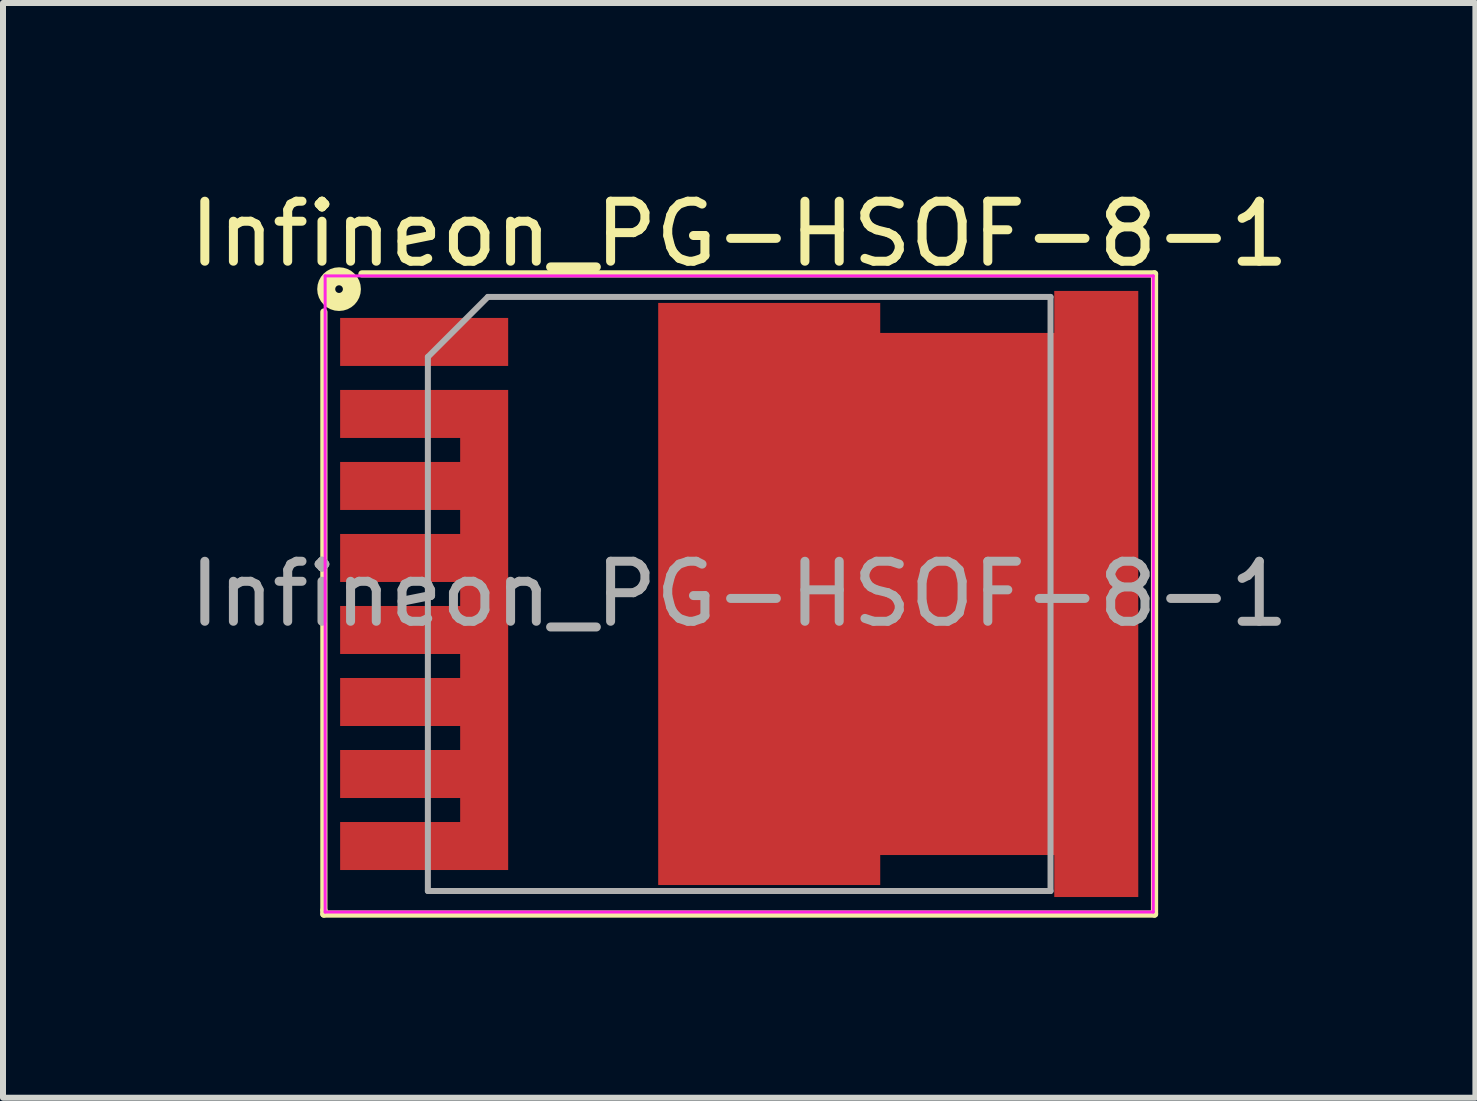
<source format=kicad_pcb>
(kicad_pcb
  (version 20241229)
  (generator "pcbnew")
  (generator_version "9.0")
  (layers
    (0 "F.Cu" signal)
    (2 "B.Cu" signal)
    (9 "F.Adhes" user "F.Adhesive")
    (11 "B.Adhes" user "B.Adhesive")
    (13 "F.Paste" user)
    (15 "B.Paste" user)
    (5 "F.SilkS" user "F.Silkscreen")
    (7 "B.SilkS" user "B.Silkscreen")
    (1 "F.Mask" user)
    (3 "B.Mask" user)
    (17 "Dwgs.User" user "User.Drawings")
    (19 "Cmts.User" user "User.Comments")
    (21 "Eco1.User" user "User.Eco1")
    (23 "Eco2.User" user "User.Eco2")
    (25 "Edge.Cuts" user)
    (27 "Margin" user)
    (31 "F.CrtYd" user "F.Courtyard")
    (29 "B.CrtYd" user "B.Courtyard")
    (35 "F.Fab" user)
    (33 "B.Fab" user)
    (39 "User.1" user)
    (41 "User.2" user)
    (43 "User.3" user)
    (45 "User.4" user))
  (footprint "Infineon_PG-HSOF-8-1"
    (layer "F.Cu")
    (at 9.268 6.848)
    (property "Reference" "Infineon_PG-HSOF-8-1" (at 0 -6 0) (layer "F.SilkS") (effects (font (size 1 1) (thickness 0.15))))
    (attr smd)
    (fp_line (start -6.921 -4.699) (end -6.921 5.271) (stroke (width 0.12) (type solid)) (layer "F.SilkS"))
    (fp_line (start -6.921 5.271) (end -6.921 5.334) (stroke (width 0.12) (type solid)) (layer "F.SilkS"))
    (fp_line (start -6.921 5.334) (end 6.921 5.334) (stroke (width 0.12) (type solid)) (layer "F.SilkS"))
    (fp_line (start 6.921 -5.334) (end -6.287 -5.334) (stroke (width 0.12) (type solid)) (layer "F.SilkS"))
    (fp_line (start 6.921 5.334) (end 6.921 -5.334) (stroke (width 0.12) (type solid)) (layer "F.SilkS"))
    (fp_circle (center -6.668 -5.08) (end -6.604 -5.08) (stroke (width 0.3) (type solid)) (fill no) (layer "F.SilkS"))
    (fp_line (start -6.9 5.3) (end -6.9 -5.3) (stroke (width 0.05) (type solid)) (layer "F.CrtYd"))
    (fp_line (start -6.9 5.3) (end 6.9 5.3) (stroke (width 0.05) (type solid)) (layer "F.CrtYd"))
    (fp_line (start 6.9 -5.3) (end -6.9 -5.3) (stroke (width 0.05) (type solid)) (layer "F.CrtYd"))
    (fp_line (start 6.9 -5.3) (end 6.9 5.3) (stroke (width 0.05) (type solid)) (layer "F.CrtYd"))
    (fp_line (start -5.188 4.95) (end -5.188 -3.95) (stroke (width 0.1) (type solid)) (layer "F.Fab"))
    (fp_line (start -4.188 -4.95) (end -5.188 -3.95) (stroke (width 0.1) (type solid)) (layer "F.Fab"))
    (fp_line (start -4.188 -4.95) (end 5.188 -4.95) (stroke (width 0.1) (type solid)) (layer "F.Fab"))
    (fp_line (start 5.188 -4.95) (end 5.188 4.95) (stroke (width 0.1) (type solid)) (layer "F.Fab"))
    (fp_line (start 5.188 4.95) (end -5.188 4.95) (stroke (width 0.1) (type solid)) (layer "F.Fab"))
    (fp_text user "${REFERENCE}" (at 0 0 0) (layer "F.Fab") (effects (font (size 1 1) (thickness 0.15))))
    (pad "" smd rect (at -5.25 -4.2) (size 2.6 0.7) (layers "F.Paste"))
    (pad "" smd rect (at -5.25 -3) (size 2.6 0.7) (layers "F.Paste"))
    (pad "" smd rect (at -5.25 -1.8) (size 2.6 0.7) (layers "F.Paste"))
    (pad "" smd rect (at -5.25 -0.6) (size 2.6 0.7) (layers "F.Paste"))
    (pad "" smd rect (at -5.25 0.6) (size 2.6 0.7) (layers "F.Paste"))
    (pad "" smd rect (at -5.25 1.8) (size 2.6 0.7) (layers "F.Paste"))
    (pad "" smd rect (at -5.25 3) (size 2.6 0.7) (layers "F.Paste"))
    (pad "" smd rect (at -5.25 4.2) (size 2.6 0.7) (layers "F.Paste"))
    (pad "" smd circle (at -0.05 -4.2) (size 1 1) (layers "F.Paste"))
    (pad "" smd circle (at -0.05 -3) (size 1 1) (layers "F.Paste"))
    (pad "" smd circle (at -0.05 -1.8) (size 1 1) (layers "F.Paste"))
    (pad "" smd circle (at -0.05 -0.6) (size 1 1) (layers "F.Paste"))
    (pad "" smd circle (at -0.05 0.6) (size 1 1) (layers "F.Paste"))
    (pad "" smd circle (at -0.05 1.8) (size 1 1) (layers "F.Paste"))
    (pad "" smd circle (at -0.05 3) (size 1 1) (layers "F.Paste"))
    (pad "" smd circle (at -0.05 4.2) (size 1 1) (layers "F.Paste"))
    (pad "" smd circle (at 1.15 -4.2) (size 1 1) (layers "F.Paste"))
    (pad "" smd circle (at 1.15 -3) (size 1 1) (layers "F.Paste"))
    (pad "" smd circle (at 1.15 -1.8) (size 1 1) (layers "F.Paste"))
    (pad "" smd circle (at 1.15 -0.6) (size 1 1) (layers "F.Paste"))
    (pad "" smd circle (at 1.15 0.6) (size 1 1) (layers "F.Paste"))
    (pad "" smd circle (at 1.15 1.8) (size 1 1) (layers "F.Paste"))
    (pad "" smd circle (at 1.15 3) (size 1 1) (layers "F.Paste"))
    (pad "" smd circle (at 1.15 4.2) (size 1 1) (layers "F.Paste"))
    (pad "" smd circle (at 2.35 -3) (size 1 1) (layers "F.Paste"))
    (pad "" smd circle (at 2.35 -1.8) (size 1 1) (layers "F.Paste"))
    (pad "" smd circle (at 2.35 -0.6) (size 1 1) (layers "F.Paste"))
    (pad "" smd circle (at 2.35 0.6) (size 1 1) (layers "F.Paste"))
    (pad "" smd circle (at 2.35 1.8) (size 1 1) (layers "F.Paste"))
    (pad "" smd circle (at 2.35 3) (size 1 1) (layers "F.Paste"))
    (pad "" smd circle (at 3.55 -3) (size 1 1) (layers "F.Paste"))
    (pad "" smd circle (at 3.55 -1.8) (size 1 1) (layers "F.Paste"))
    (pad "" smd circle (at 3.55 -0.6) (size 1 1) (layers "F.Paste"))
    (pad "" smd circle (at 3.55 0.6) (size 1 1) (layers "F.Paste"))
    (pad "" smd circle (at 3.55 1.8) (size 1 1) (layers "F.Paste"))
    (pad "" smd circle (at 3.55 3) (size 1 1) (layers "F.Paste"))
    (pad "" smd circle (at 4.75 -3) (size 1 1) (layers "F.Paste"))
    (pad "" smd circle (at 4.75 -1.8) (size 1 1) (layers "F.Paste"))
    (pad "" smd circle (at 4.75 -0.6) (size 1 1) (layers "F.Paste"))
    (pad "" smd circle (at 4.75 0.6) (size 1 1) (layers "F.Paste"))
    (pad "" smd circle (at 4.75 1.8) (size 1 1) (layers "F.Paste"))
    (pad "" smd circle (at 4.75 3) (size 1 1) (layers "F.Paste"))
    (pad "" smd circle (at 5.95 -4.2) (size 1 1) (layers "F.Paste"))
    (pad "" smd circle (at 5.95 -3) (size 1 1) (layers "F.Paste"))
    (pad "" smd circle (at 5.95 -1.8) (size 1 1) (layers "F.Paste"))
    (pad "" smd circle (at 5.95 -0.6) (size 1 1) (layers "F.Paste"))
    (pad "" smd circle (at 5.95 0.6) (size 1 1) (layers "F.Paste"))
    (pad "" smd circle (at 5.95 1.8) (size 1 1) (layers "F.Paste"))
    (pad "" smd circle (at 5.95 3) (size 1 1) (layers "F.Paste"))
    (pad "" smd circle (at 5.95 4.2) (size 1 1) (layers "F.Paste"))
    (pad "1" smd rect (at -5.25 -4.2) (size 2.8 0.8) (layers "F.Cu" "F.Mask"))
    (pad "2" smd custom (at -4.25 0.6) (size 0.8 8) (layers "F.Cu" "F.Mask") (options (anchor rect)) (primitives (gr_poly (pts (xy -0.4 -3.2) (xy -2.4 -3.2) (xy -2.4 -4) (xy -0.4 -4)) (width 0) (fill yes)) (gr_poly (pts (xy -0.4 -2) (xy -2.4 -2) (xy -2.4 -2.8) (xy -0.4 -2.8)) (width 0) (fill yes)) (gr_poly (pts (xy -0.4 -0.8) (xy -2.4 -0.8) (xy -2.4 -1.6) (xy -0.4 -1.6)) (width 0) (fill yes)) (gr_poly (pts (xy -0.4 0.4) (xy -2.4 0.4) (xy -2.4 -0.4) (xy -0.4 -0.4)) (width 0) (fill yes)) (gr_poly (pts (xy -0.4 1.6) (xy -2.4 1.6) (xy -2.4 0.8) (xy -0.4 0.8)) (width 0) (fill yes)) (gr_poly (pts (xy -0.4 2.8) (xy -2.4 2.8) (xy -2.4 2) (xy -0.4 2)) (width 0) (fill yes)) (gr_poly (pts (xy -0.4 4) (xy -2.4 4) (xy -2.4 3.2) (xy -0.4 3.2)) (width 0) (fill yes))))
    (pad "3" smd custom (at 3.8 0) (size 2.9 8.7) (layers "F.Cu" "F.Mask") (options (anchor rect)) (primitives (gr_poly (pts (xy 2.85 5.05) (xy 1.45 5.05) (xy 1.45 -5.05) (xy 2.85 -5.05)) (width 0) (fill yes)) (gr_poly (pts (xy -1.45 4.85) (xy -5.15 4.85) (xy -5.15 -4.85) (xy -1.45 -4.85)) (width 0) (fill yes)))))
  (gr_rect
    (start -3 -3)
    (end 21.536 15.242)
    (stroke (width 0.1) (type default))
    (fill no)
    (layer "Edge.Cuts")))
</source>
